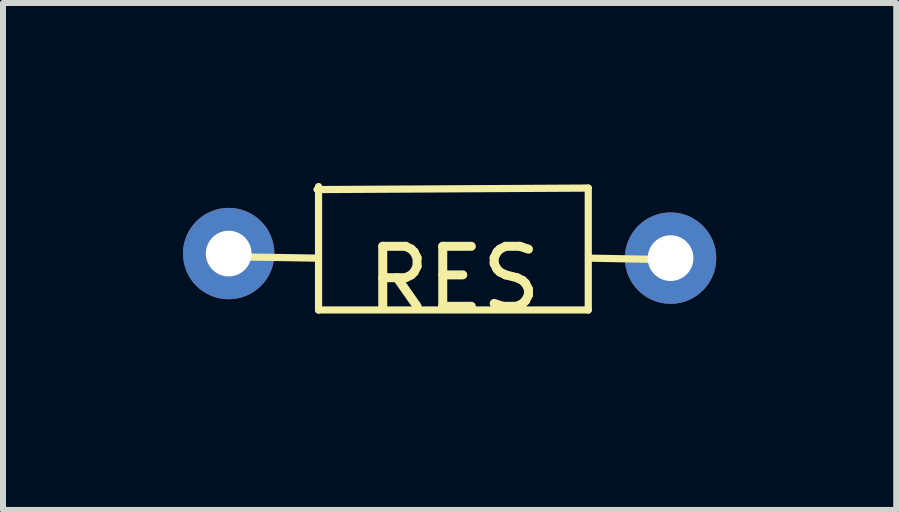
<source format=kicad_pcb>
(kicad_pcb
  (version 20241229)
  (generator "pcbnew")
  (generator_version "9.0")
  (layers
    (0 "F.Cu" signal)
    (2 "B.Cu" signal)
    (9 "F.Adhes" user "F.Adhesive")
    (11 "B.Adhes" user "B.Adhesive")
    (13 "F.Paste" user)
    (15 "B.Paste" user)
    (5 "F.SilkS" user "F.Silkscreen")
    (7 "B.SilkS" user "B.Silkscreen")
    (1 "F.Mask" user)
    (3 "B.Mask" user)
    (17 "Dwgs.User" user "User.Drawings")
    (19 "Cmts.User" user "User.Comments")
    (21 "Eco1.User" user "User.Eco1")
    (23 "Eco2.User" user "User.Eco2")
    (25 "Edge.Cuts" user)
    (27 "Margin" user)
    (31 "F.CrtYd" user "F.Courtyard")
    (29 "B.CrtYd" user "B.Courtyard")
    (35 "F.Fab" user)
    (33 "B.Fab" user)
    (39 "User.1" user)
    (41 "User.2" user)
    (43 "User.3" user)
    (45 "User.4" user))
  (footprint "RES"
    (layer "F.Cu")
    (at 4.521 1.101)
    (property "Reference" "RES" (at 0 0.5 0) (layer "F.SilkS") (effects (font (size 1 1) (thickness 0.15))))
    (attr through_hole)
    (fp_line (start -3.81 0.127) (end -2.286 0.152) (stroke (width 0.12) (type solid)) (layer "F.SilkS"))
    (fp_line (start -2.261 -1.041) (end -2.261 1.016) (stroke (width 0.12) (type solid)) (layer "F.SilkS"))
    (fp_line (start -2.261 1.016) (end 2.235 1.016) (stroke (width 0.12) (type solid)) (layer "F.SilkS"))
    (fp_line (start 2.235 -1.016) (end -2.286 -0.991) (stroke (width 0.12) (type solid)) (layer "F.SilkS"))
    (fp_line (start 2.235 1.016) (end 2.235 -1.016) (stroke (width 0.12) (type solid)) (layer "F.SilkS"))
    (fp_line (start 3.607 0.178) (end 2.261 0.152) (stroke (width 0.12) (type solid)) (layer "F.SilkS"))
    (pad "1" thru_hole circle (at -3.759 0.076) (size 1.524 1.524) (drill 0.762) (layers "*.Cu" "*.Mask"))
    (pad "2" thru_hole circle (at 3.607 0.152) (size 1.524 1.524) (drill 0.762) (layers "*.Cu" "*.Mask")))
  (gr_rect
    (start -3 -3)
    (end 11.89 5.45)
    (stroke (width 0.1) (type default))
    (fill no)
    (layer "Edge.Cuts")))
</source>
